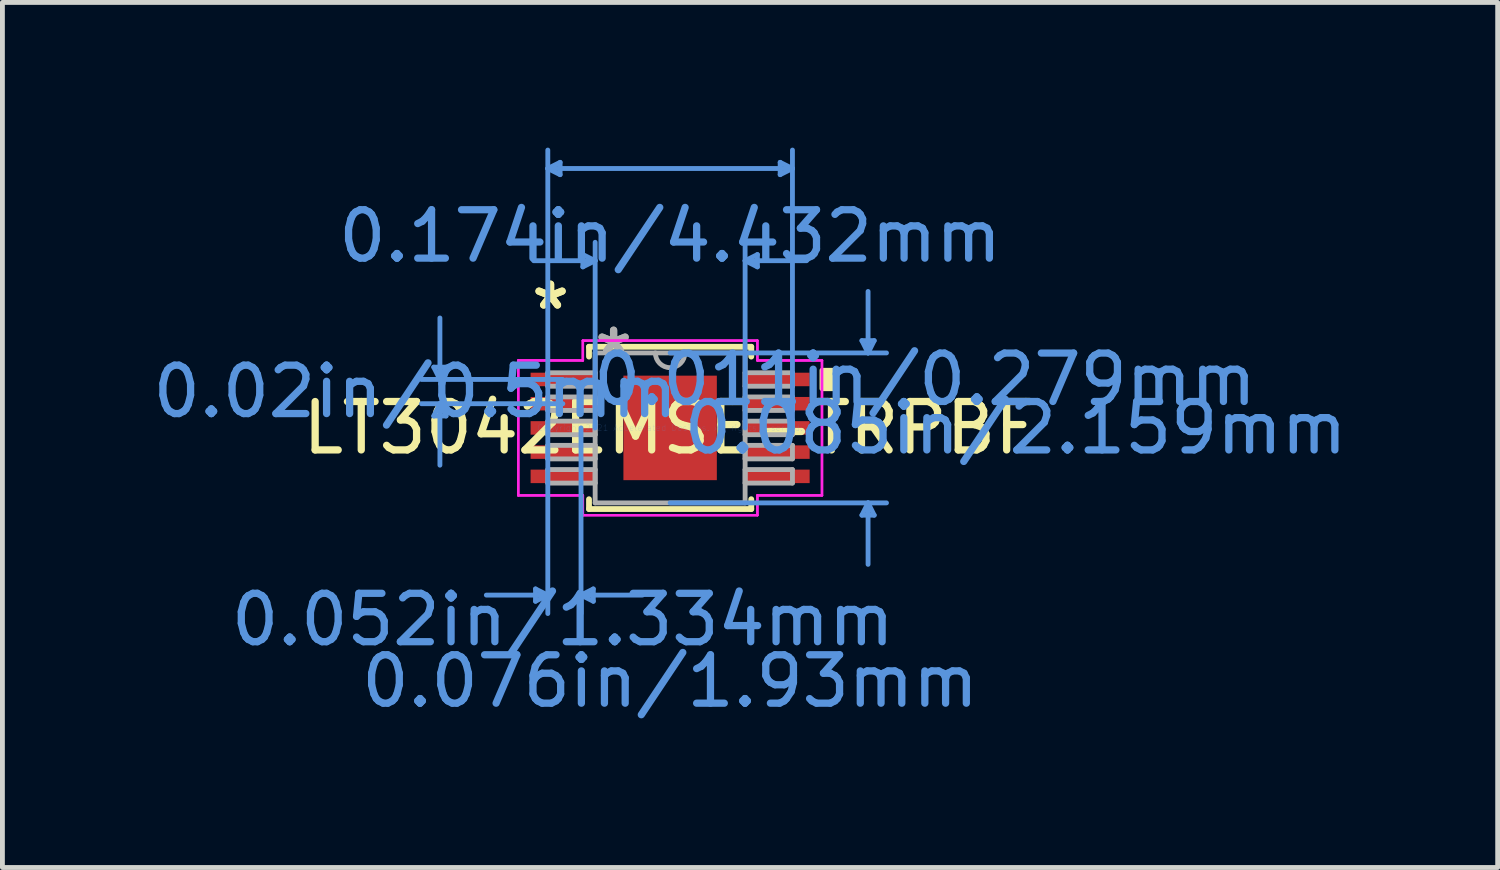
<source format=kicad_pcb>
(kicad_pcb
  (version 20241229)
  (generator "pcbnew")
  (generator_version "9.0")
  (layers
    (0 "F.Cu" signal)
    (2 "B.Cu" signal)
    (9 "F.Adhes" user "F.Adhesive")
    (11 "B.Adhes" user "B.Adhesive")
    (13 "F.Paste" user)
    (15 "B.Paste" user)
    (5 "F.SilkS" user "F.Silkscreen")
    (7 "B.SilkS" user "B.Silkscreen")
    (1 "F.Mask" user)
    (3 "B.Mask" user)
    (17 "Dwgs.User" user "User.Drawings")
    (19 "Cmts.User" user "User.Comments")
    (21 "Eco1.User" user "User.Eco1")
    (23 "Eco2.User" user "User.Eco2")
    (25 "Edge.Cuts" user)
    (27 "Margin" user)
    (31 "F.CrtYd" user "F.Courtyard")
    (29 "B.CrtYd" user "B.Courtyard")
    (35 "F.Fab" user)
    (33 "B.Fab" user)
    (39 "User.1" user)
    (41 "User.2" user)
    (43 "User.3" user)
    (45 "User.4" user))
  (footprint "LT3042EMSE-TRPBF"
    (layer "F.Cu")
    (at 10.794 5.79)
    (property "Reference" "LT3042EMSE-TRPBF" (at 0 0 0) (layer "F.SilkS") (effects (font (size 1 1) (thickness 0.15))))
    (attr through_hole)
    (fp_line (start -1.676 -1.676) (end -1.676 -1.473) (stroke (width 0.12) (type solid)) (layer "F.SilkS"))
    (fp_line (start -1.676 1.473) (end -1.676 1.676) (stroke (width 0.12) (type solid)) (layer "F.SilkS"))
    (fp_line (start -1.676 1.676) (end 1.676 1.676) (stroke (width 0.12) (type solid)) (layer "F.SilkS"))
    (fp_line (start 1.676 -1.676) (end -1.676 -1.676) (stroke (width 0.12) (type solid)) (layer "F.SilkS"))
    (fp_line (start 1.676 -1.473) (end 1.676 -1.676) (stroke (width 0.12) (type solid)) (layer "F.SilkS"))
    (fp_line (start 1.676 1.676) (end 1.676 1.473) (stroke (width 0.12) (type solid)) (layer "F.SilkS"))
    (fp_poly (pts (xy 3.391 -1.191) (xy 3.391 -0.81) (xy 3.137 -0.81) (xy 3.137 -1.191)) (stroke (width 0.1) (type solid)) (fill yes) (layer "F.SilkS"))
    (fp_line (start -4.883 -1.255) (end -4.629 -1.255) (stroke (width 0.1) (type solid)) (layer "Cmts.User"))
    (fp_line (start -4.883 -0.246) (end -4.629 -0.246) (stroke (width 0.1) (type solid)) (layer "Cmts.User"))
    (fp_line (start -4.756 -1.001) (end -4.883 -1.255) (stroke (width 0.1) (type solid)) (layer "Cmts.User"))
    (fp_line (start -4.756 -1.001) (end -4.756 -2.271) (stroke (width 0.1) (type solid)) (layer "Cmts.User"))
    (fp_line (start -4.756 -1.001) (end -4.629 -1.255) (stroke (width 0.1) (type solid)) (layer "Cmts.User"))
    (fp_line (start -4.756 -0.5) (end -4.883 -0.246) (stroke (width 0.1) (type solid)) (layer "Cmts.User"))
    (fp_line (start -4.756 -0.5) (end -4.756 0.77) (stroke (width 0.1) (type solid)) (layer "Cmts.User"))
    (fp_line (start -4.756 -0.5) (end -4.629 -0.246) (stroke (width 0.1) (type solid)) (layer "Cmts.User"))
    (fp_line (start -2.781 3.327) (end -2.781 3.581) (stroke (width 0.1) (type solid)) (layer "Cmts.User"))
    (fp_line (start -2.527 -5.359) (end -2.273 -5.486) (stroke (width 0.1) (type solid)) (layer "Cmts.User"))
    (fp_line (start -2.527 -5.359) (end -2.273 -5.232) (stroke (width 0.1) (type solid)) (layer "Cmts.User"))
    (fp_line (start -2.527 -5.359) (end 2.527 -5.359) (stroke (width 0.1) (type solid)) (layer "Cmts.User"))
    (fp_line (start -2.527 0) (end -2.527 -5.74) (stroke (width 0.1) (type solid)) (layer "Cmts.User"))
    (fp_line (start -2.527 0) (end -2.527 3.835) (stroke (width 0.1) (type solid)) (layer "Cmts.User"))
    (fp_line (start -2.527 3.454) (end -3.797 3.454) (stroke (width 0.1) (type solid)) (layer "Cmts.User"))
    (fp_line (start -2.527 3.454) (end -2.781 3.327) (stroke (width 0.1) (type solid)) (layer "Cmts.User"))
    (fp_line (start -2.527 3.454) (end -2.781 3.581) (stroke (width 0.1) (type solid)) (layer "Cmts.User"))
    (fp_line (start -2.273 -5.486) (end -2.273 -5.232) (stroke (width 0.1) (type solid)) (layer "Cmts.User"))
    (fp_line (start -2.216 -1.001) (end -5.137 -1.001) (stroke (width 0.1) (type solid)) (layer "Cmts.User"))
    (fp_line (start -2.216 -0.5) (end -5.137 -0.5) (stroke (width 0.1) (type solid)) (layer "Cmts.User"))
    (fp_line (start -1.841 0) (end -1.841 3.835) (stroke (width 0.1) (type solid)) (layer "Cmts.User"))
    (fp_line (start -1.841 3.454) (end -1.587 3.327) (stroke (width 0.1) (type solid)) (layer "Cmts.User"))
    (fp_line (start -1.841 3.454) (end -1.587 3.581) (stroke (width 0.1) (type solid)) (layer "Cmts.User"))
    (fp_line (start -1.841 3.454) (end -0.572 3.454) (stroke (width 0.1) (type solid)) (layer "Cmts.User"))
    (fp_line (start -1.803 -3.581) (end -1.803 -3.327) (stroke (width 0.1) (type solid)) (layer "Cmts.User"))
    (fp_line (start -1.587 3.327) (end -1.587 3.581) (stroke (width 0.1) (type solid)) (layer "Cmts.User"))
    (fp_line (start -1.549 -3.454) (end -2.819 -3.454) (stroke (width 0.1) (type solid)) (layer "Cmts.User"))
    (fp_line (start -1.549 -3.454) (end -1.803 -3.581) (stroke (width 0.1) (type solid)) (layer "Cmts.User"))
    (fp_line (start -1.549 -3.454) (end -1.803 -3.327) (stroke (width 0.1) (type solid)) (layer "Cmts.User"))
    (fp_line (start -1.549 0) (end -1.549 -3.835) (stroke (width 0.1) (type solid)) (layer "Cmts.User"))
    (fp_line (start 0 -1.549) (end 4.47 -1.549) (stroke (width 0.1) (type solid)) (layer "Cmts.User"))
    (fp_line (start 0 1.549) (end 4.47 1.549) (stroke (width 0.1) (type solid)) (layer "Cmts.User"))
    (fp_line (start 1.549 -3.454) (end 1.803 -3.581) (stroke (width 0.1) (type solid)) (layer "Cmts.User"))
    (fp_line (start 1.549 -3.454) (end 1.803 -3.327) (stroke (width 0.1) (type solid)) (layer "Cmts.User"))
    (fp_line (start 1.549 -3.454) (end 2.819 -3.454) (stroke (width 0.1) (type solid)) (layer "Cmts.User"))
    (fp_line (start 1.549 0) (end 1.549 -3.835) (stroke (width 0.1) (type solid)) (layer "Cmts.User"))
    (fp_line (start 1.803 -3.581) (end 1.803 -3.327) (stroke (width 0.1) (type solid)) (layer "Cmts.User"))
    (fp_line (start 2.273 -5.486) (end 2.273 -5.232) (stroke (width 0.1) (type solid)) (layer "Cmts.User"))
    (fp_line (start 2.527 -5.359) (end 2.273 -5.486) (stroke (width 0.1) (type solid)) (layer "Cmts.User"))
    (fp_line (start 2.527 -5.359) (end 2.273 -5.232) (stroke (width 0.1) (type solid)) (layer "Cmts.User"))
    (fp_line (start 2.527 0) (end 2.527 -5.74) (stroke (width 0.1) (type solid)) (layer "Cmts.User"))
    (fp_line (start 3.962 -1.803) (end 4.216 -1.803) (stroke (width 0.1) (type solid)) (layer "Cmts.User"))
    (fp_line (start 3.962 1.803) (end 4.216 1.803) (stroke (width 0.1) (type solid)) (layer "Cmts.User"))
    (fp_line (start 4.089 -1.549) (end 3.962 -1.803) (stroke (width 0.1) (type solid)) (layer "Cmts.User"))
    (fp_line (start 4.089 -1.549) (end 4.089 -2.819) (stroke (width 0.1) (type solid)) (layer "Cmts.User"))
    (fp_line (start 4.089 -1.549) (end 4.216 -1.803) (stroke (width 0.1) (type solid)) (layer "Cmts.User"))
    (fp_line (start 4.089 1.549) (end 3.962 1.803) (stroke (width 0.1) (type solid)) (layer "Cmts.User"))
    (fp_line (start 4.089 1.549) (end 4.089 2.819) (stroke (width 0.1) (type solid)) (layer "Cmts.User"))
    (fp_line (start 4.089 1.549) (end 4.216 1.803) (stroke (width 0.1) (type solid)) (layer "Cmts.User"))
    (fp_line (start -3.137 -1.394) (end -1.803 -1.394) (stroke (width 0.05) (type solid)) (layer "F.CrtYd"))
    (fp_line (start -3.137 -1.394) (end -1.803 -1.394) (stroke (width 0.05) (type solid)) (layer "F.CrtYd"))
    (fp_line (start -3.137 1.394) (end -3.137 -1.394) (stroke (width 0.05) (type solid)) (layer "F.CrtYd"))
    (fp_line (start -3.137 1.394) (end -3.137 -1.394) (stroke (width 0.05) (type solid)) (layer "F.CrtYd"))
    (fp_line (start -3.137 1.394) (end -1.803 1.394) (stroke (width 0.05) (type solid)) (layer "F.CrtYd"))
    (fp_line (start -1.803 -1.803) (end 1.803 -1.803) (stroke (width 0.05) (type solid)) (layer "F.CrtYd"))
    (fp_line (start -1.803 -1.803) (end 1.803 -1.803) (stroke (width 0.05) (type solid)) (layer "F.CrtYd"))
    (fp_line (start -1.803 -1.394) (end -1.803 -1.803) (stroke (width 0.05) (type solid)) (layer "F.CrtYd"))
    (fp_line (start -1.803 -1.394) (end -1.803 -1.803) (stroke (width 0.05) (type solid)) (layer "F.CrtYd"))
    (fp_line (start -1.803 1.394) (end -3.137 1.394) (stroke (width 0.05) (type solid)) (layer "F.CrtYd"))
    (fp_line (start -1.803 1.803) (end -1.803 1.394) (stroke (width 0.05) (type solid)) (layer "F.CrtYd"))
    (fp_line (start -1.803 1.803) (end -1.803 1.394) (stroke (width 0.05) (type solid)) (layer "F.CrtYd"))
    (fp_line (start 1.803 -1.803) (end 1.803 -1.394) (stroke (width 0.05) (type solid)) (layer "F.CrtYd"))
    (fp_line (start 1.803 -1.803) (end 1.803 -1.394) (stroke (width 0.05) (type solid)) (layer "F.CrtYd"))
    (fp_line (start 1.803 -1.394) (end 3.137 -1.394) (stroke (width 0.05) (type solid)) (layer "F.CrtYd"))
    (fp_line (start 1.803 1.394) (end 1.803 1.803) (stroke (width 0.05) (type solid)) (layer "F.CrtYd"))
    (fp_line (start 1.803 1.394) (end 1.803 1.803) (stroke (width 0.05) (type solid)) (layer "F.CrtYd"))
    (fp_line (start 1.803 1.803) (end -1.803 1.803) (stroke (width 0.05) (type solid)) (layer "F.CrtYd"))
    (fp_line (start 1.803 1.803) (end -1.803 1.803) (stroke (width 0.05) (type solid)) (layer "F.CrtYd"))
    (fp_line (start 3.137 -1.394) (end 1.803 -1.394) (stroke (width 0.05) (type solid)) (layer "F.CrtYd"))
    (fp_line (start 3.137 -1.394) (end 3.137 1.394) (stroke (width 0.05) (type solid)) (layer "F.CrtYd"))
    (fp_line (start 3.137 -1.394) (end 3.137 1.394) (stroke (width 0.05) (type solid)) (layer "F.CrtYd"))
    (fp_line (start 3.137 1.394) (end 1.803 1.394) (stroke (width 0.05) (type solid)) (layer "F.CrtYd"))
    (fp_line (start 3.137 1.394) (end 1.803 1.394) (stroke (width 0.05) (type solid)) (layer "F.CrtYd"))
    (fp_line (start -2.527 -1.14) (end -2.527 -0.861) (stroke (width 0.1) (type solid)) (layer "F.Fab"))
    (fp_line (start -2.527 -0.861) (end -1.549 -0.861) (stroke (width 0.1) (type solid)) (layer "F.Fab"))
    (fp_line (start -2.527 -0.64) (end -2.527 -0.361) (stroke (width 0.1) (type solid)) (layer "F.Fab"))
    (fp_line (start -2.527 -0.361) (end -1.549 -0.361) (stroke (width 0.1) (type solid)) (layer "F.Fab"))
    (fp_line (start -2.527 -0.14) (end -2.527 0.14) (stroke (width 0.1) (type solid)) (layer "F.Fab"))
    (fp_line (start -2.527 0.14) (end -1.549 0.14) (stroke (width 0.1) (type solid)) (layer "F.Fab"))
    (fp_line (start -2.527 0.361) (end -2.527 0.64) (stroke (width 0.1) (type solid)) (layer "F.Fab"))
    (fp_line (start -2.527 0.64) (end -1.549 0.64) (stroke (width 0.1) (type solid)) (layer "F.Fab"))
    (fp_line (start -2.527 0.861) (end -2.527 1.14) (stroke (width 0.1) (type solid)) (layer "F.Fab"))
    (fp_line (start -2.527 1.14) (end -1.549 1.14) (stroke (width 0.1) (type solid)) (layer "F.Fab"))
    (fp_line (start -1.549 -1.549) (end -1.549 1.549) (stroke (width 0.1) (type solid)) (layer "F.Fab"))
    (fp_line (start -1.549 -1.14) (end -2.527 -1.14) (stroke (width 0.1) (type solid)) (layer "F.Fab"))
    (fp_line (start -1.549 -0.861) (end -1.549 -1.14) (stroke (width 0.1) (type solid)) (layer "F.Fab"))
    (fp_line (start -1.549 -0.64) (end -2.527 -0.64) (stroke (width 0.1) (type solid)) (layer "F.Fab"))
    (fp_line (start -1.549 -0.361) (end -1.549 -0.64) (stroke (width 0.1) (type solid)) (layer "F.Fab"))
    (fp_line (start -1.549 -0.14) (end -2.527 -0.14) (stroke (width 0.1) (type solid)) (layer "F.Fab"))
    (fp_line (start -1.549 0.14) (end -1.549 -0.14) (stroke (width 0.1) (type solid)) (layer "F.Fab"))
    (fp_line (start -1.549 0.361) (end -2.527 0.361) (stroke (width 0.1) (type solid)) (layer "F.Fab"))
    (fp_line (start -1.549 0.64) (end -1.549 0.361) (stroke (width 0.1) (type solid)) (layer "F.Fab"))
    (fp_line (start -1.549 0.861) (end -2.527 0.861) (stroke (width 0.1) (type solid)) (layer "F.Fab"))
    (fp_line (start -1.549 1.14) (end -1.549 0.861) (stroke (width 0.1) (type solid)) (layer "F.Fab"))
    (fp_line (start -1.549 1.549) (end 1.549 1.549) (stroke (width 0.1) (type solid)) (layer "F.Fab"))
    (fp_line (start 1.549 -1.549) (end -1.549 -1.549) (stroke (width 0.1) (type solid)) (layer "F.Fab"))
    (fp_line (start 1.549 -1.14) (end 1.549 -0.861) (stroke (width 0.1) (type solid)) (layer "F.Fab"))
    (fp_line (start 1.549 -0.861) (end 2.527 -0.861) (stroke (width 0.1) (type solid)) (layer "F.Fab"))
    (fp_line (start 1.549 -0.64) (end 1.549 -0.361) (stroke (width 0.1) (type solid)) (layer "F.Fab"))
    (fp_line (start 1.549 -0.361) (end 2.527 -0.361) (stroke (width 0.1) (type solid)) (layer "F.Fab"))
    (fp_line (start 1.549 -0.14) (end 1.549 0.14) (stroke (width 0.1) (type solid)) (layer "F.Fab"))
    (fp_line (start 1.549 0.14) (end 2.527 0.14) (stroke (width 0.1) (type solid)) (layer "F.Fab"))
    (fp_line (start 1.549 0.361) (end 1.549 0.64) (stroke (width 0.1) (type solid)) (layer "F.Fab"))
    (fp_line (start 1.549 0.64) (end 2.527 0.64) (stroke (width 0.1) (type solid)) (layer "F.Fab"))
    (fp_line (start 1.549 0.861) (end 1.549 1.14) (stroke (width 0.1) (type solid)) (layer "F.Fab"))
    (fp_line (start 1.549 1.14) (end 2.527 1.14) (stroke (width 0.1) (type solid)) (layer "F.Fab"))
    (fp_line (start 1.549 1.549) (end 1.549 -1.549) (stroke (width 0.1) (type solid)) (layer "F.Fab"))
    (fp_line (start 2.527 -1.14) (end 1.549 -1.14) (stroke (width 0.1) (type solid)) (layer "F.Fab"))
    (fp_line (start 2.527 -0.861) (end 2.527 -1.14) (stroke (width 0.1) (type solid)) (layer "F.Fab"))
    (fp_line (start 2.527 -0.64) (end 1.549 -0.64) (stroke (width 0.1) (type solid)) (layer "F.Fab"))
    (fp_line (start 2.527 -0.361) (end 2.527 -0.64) (stroke (width 0.1) (type solid)) (layer "F.Fab"))
    (fp_line (start 2.527 -0.14) (end 1.549 -0.14) (stroke (width 0.1) (type solid)) (layer "F.Fab"))
    (fp_line (start 2.527 0.14) (end 2.527 -0.14) (stroke (width 0.1) (type solid)) (layer "F.Fab"))
    (fp_line (start 2.527 0.361) (end 1.549 0.361) (stroke (width 0.1) (type solid)) (layer "F.Fab"))
    (fp_line (start 2.527 0.64) (end 2.527 0.361) (stroke (width 0.1) (type solid)) (layer "F.Fab"))
    (fp_line (start 2.527 0.861) (end 1.549 0.861) (stroke (width 0.1) (type solid)) (layer "F.Fab"))
    (fp_line (start 2.527 1.14) (end 2.527 0.861) (stroke (width 0.1) (type solid)) (layer "F.Fab"))
    (fp_arc (start 0.3048 -1.5494) (mid 0 -1.2446) (end -0.3048 -1.5494) (stroke (width 0.1) (type solid)) (layer "F.Fab"))
    (fp_text user "*" (at -2.47 -2.423 0) (layer "F.SilkS") (effects (font (size 1 1) (thickness 0.15))))
    (fp_text user "*" (at -2.47 -2.423 0) (layer "F.SilkS") (effects (font (size 1 1) (thickness 0.15))))
    (fp_text user "0.076in/1.93mm" (at 0 5.232 0) (layer "Cmts.User") (effects (font (size 1 1) (thickness 0.15))))
    (fp_text user "Copyright 2021 Accelerated Designs. All rights reserved." (at 0 0 0) (layer "Cmts.User") (effects (font (size 0.127 0.127) (thickness 0.002))))
    (fp_text user "0.174in/4.432mm" (at 0 -3.962 0) (layer "Cmts.User") (effects (font (size 1 1) (thickness 0.15))))
    (fp_text user "0.052in/1.334mm" (at -2.216 3.962 0) (layer "Cmts.User") (effects (font (size 1 1) (thickness 0.15))))
    (fp_text user "0.011in/0.279mm" (at 5.264 -1.001 0) (layer "Cmts.User") (effects (font (size 1 1) (thickness 0.15))))
    (fp_text user "0.085in/2.159mm" (at 7.137 0 0) (layer "Cmts.User") (effects (font (size 1 1) (thickness 0.15))))
    (fp_text user "0.02in/0.5mm" (at -5.264 -0.751 0) (layer "Cmts.User") (effects (font (size 1 1) (thickness 0.15))))
    (fp_text user "*" (at -1.168 -1.473 0) (layer "F.Fab") (effects (font (size 1 1) (thickness 0.15))))
    (fp_text user "*" (at -1.168 -1.473 0) (layer "F.Fab") (effects (font (size 1 1) (thickness 0.15))))
    (pad "1" smd rect (at -2.216 -1.001) (size 1.333 0.279) (layers "F.Cu" "F.Mask" "F.Paste"))
    (pad "2" smd rect (at -2.216 -0.5) (size 1.333 0.279) (layers "F.Cu" "F.Mask" "F.Paste"))
    (pad "3" smd rect (at -2.216 0) (size 1.333 0.279) (layers "F.Cu" "F.Mask" "F.Paste"))
    (pad "4" smd rect (at -2.216 0.5) (size 1.333 0.279) (layers "F.Cu" "F.Mask" "F.Paste"))
    (pad "5" smd rect (at -2.216 1.001) (size 1.333 0.279) (layers "F.Cu" "F.Mask" "F.Paste"))
    (pad "6" smd rect (at 2.216 1.001) (size 1.333 0.279) (layers "F.Cu" "F.Mask" "F.Paste"))
    (pad "7" smd rect (at 2.216 0.5) (size 1.333 0.279) (layers "F.Cu" "F.Mask" "F.Paste"))
    (pad "8" smd rect (at 2.216 0) (size 1.333 0.279) (layers "F.Cu" "F.Mask" "F.Paste"))
    (pad "9" smd rect (at 2.216 -0.5) (size 1.333 0.279) (layers "F.Cu" "F.Mask" "F.Paste"))
    (pad "10" smd rect (at 2.216 -1.001) (size 1.333 0.279) (layers "F.Cu" "F.Mask" "F.Paste"))
    (pad "EPAD" smd rect (at 0 0) (size 1.93 2.159) (layers "F.Cu" "F.Mask" "F.Paste")))
  (gr_rect
    (start -3 -3)
    (end 27.89 14.871)
    (stroke (width 0.1) (type default))
    (fill no)
    (layer "Edge.Cuts")))
</source>
